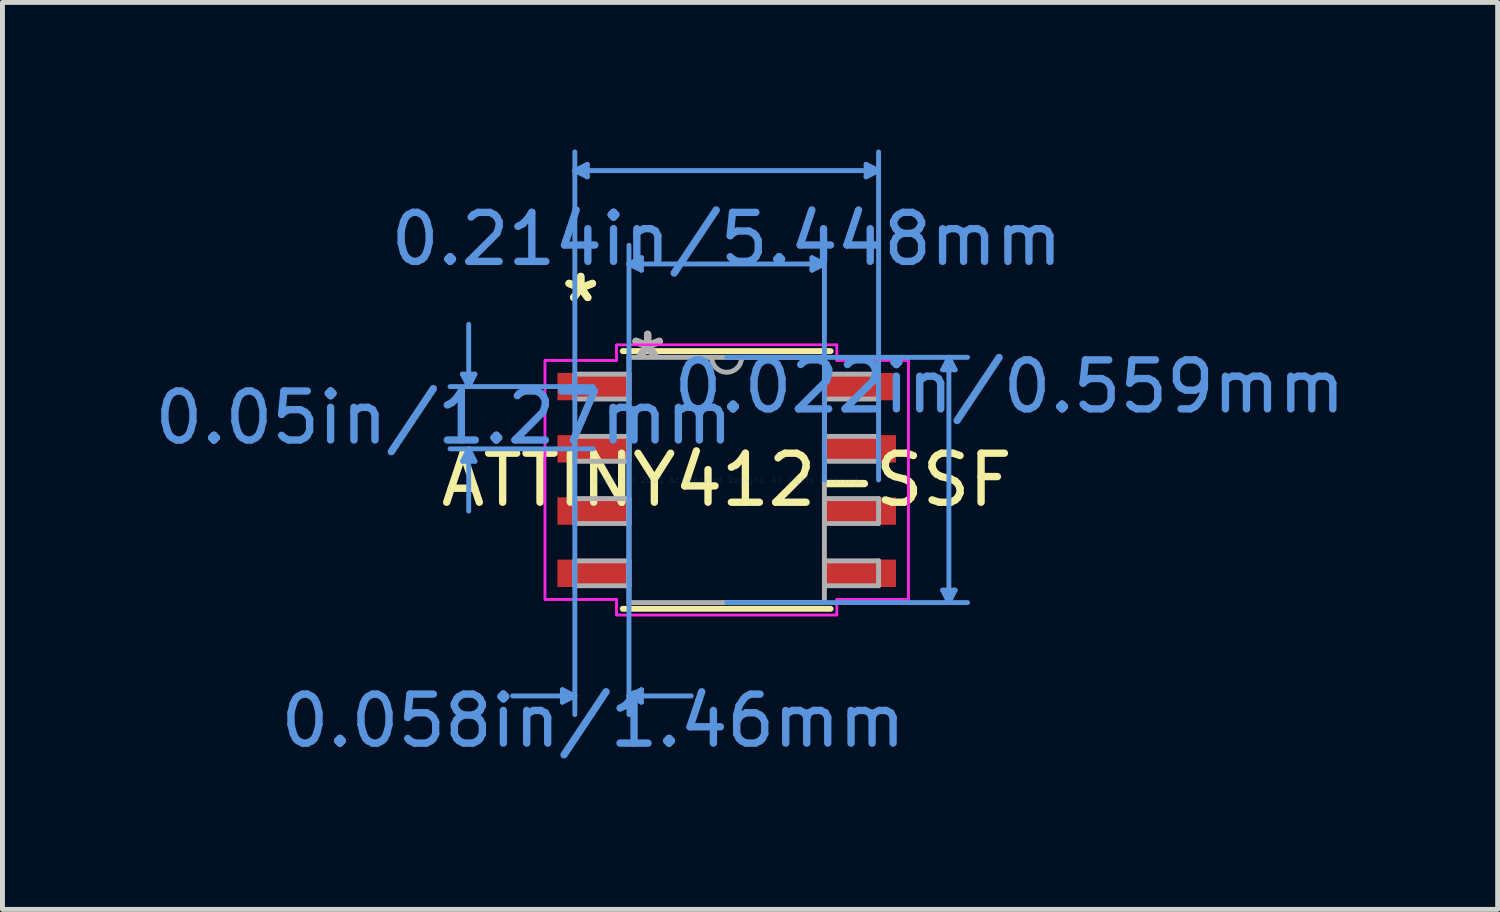
<source format=kicad_pcb>
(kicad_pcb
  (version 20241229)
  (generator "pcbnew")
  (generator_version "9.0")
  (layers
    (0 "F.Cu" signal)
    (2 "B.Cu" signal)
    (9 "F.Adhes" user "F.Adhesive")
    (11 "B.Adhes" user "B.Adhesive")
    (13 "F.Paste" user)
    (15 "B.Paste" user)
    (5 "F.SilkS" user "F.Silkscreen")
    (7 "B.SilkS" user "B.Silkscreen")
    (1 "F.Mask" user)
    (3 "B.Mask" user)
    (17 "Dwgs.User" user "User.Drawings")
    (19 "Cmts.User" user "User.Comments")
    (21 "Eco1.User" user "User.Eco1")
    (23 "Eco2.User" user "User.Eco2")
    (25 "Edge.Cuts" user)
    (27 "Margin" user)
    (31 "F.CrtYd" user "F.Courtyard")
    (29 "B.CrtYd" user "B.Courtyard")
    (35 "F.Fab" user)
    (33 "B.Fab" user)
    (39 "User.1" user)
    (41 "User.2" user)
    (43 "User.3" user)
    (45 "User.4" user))
  (footprint "ATTINY412-SSF"
    (layer "F.Cu")
    (at 11.778 6.743)
    (property "Reference" "ATTINY412-SSF" (at 0 0 0) (layer "F.SilkS") (effects (font (size 1 1) (thickness 0.15))))
    (attr through_hole)
    (fp_line (start -2.121 2.629) (end 2.121 2.629) (stroke (width 0.12) (type solid)) (layer "F.SilkS"))
    (fp_line (start 2.121 -2.629) (end -2.121 -2.629) (stroke (width 0.12) (type solid)) (layer "F.SilkS"))
    (fp_line (start -5.391 -2.159) (end -5.137 -2.159) (stroke (width 0.1) (type solid)) (layer "Cmts.User"))
    (fp_line (start -5.391 -0.381) (end -5.137 -0.381) (stroke (width 0.1) (type solid)) (layer "Cmts.User"))
    (fp_line (start -5.264 -1.905) (end -5.391 -2.159) (stroke (width 0.1) (type solid)) (layer "Cmts.User"))
    (fp_line (start -5.264 -1.905) (end -5.264 -3.175) (stroke (width 0.1) (type solid)) (layer "Cmts.User"))
    (fp_line (start -5.264 -1.905) (end -5.137 -2.159) (stroke (width 0.1) (type solid)) (layer "Cmts.User"))
    (fp_line (start -5.264 -0.635) (end -5.391 -0.381) (stroke (width 0.1) (type solid)) (layer "Cmts.User"))
    (fp_line (start -5.264 -0.635) (end -5.264 0.635) (stroke (width 0.1) (type solid)) (layer "Cmts.User"))
    (fp_line (start -5.264 -0.635) (end -5.137 -0.381) (stroke (width 0.1) (type solid)) (layer "Cmts.User"))
    (fp_line (start -3.353 4.28) (end -3.353 4.534) (stroke (width 0.1) (type solid)) (layer "Cmts.User"))
    (fp_line (start -3.099 -6.312) (end -2.845 -6.439) (stroke (width 0.1) (type solid)) (layer "Cmts.User"))
    (fp_line (start -3.099 -6.312) (end -2.845 -6.185) (stroke (width 0.1) (type solid)) (layer "Cmts.User"))
    (fp_line (start -3.099 -6.312) (end 3.099 -6.312) (stroke (width 0.1) (type solid)) (layer "Cmts.User"))
    (fp_line (start -3.099 0) (end -3.099 -6.693) (stroke (width 0.1) (type solid)) (layer "Cmts.User"))
    (fp_line (start -3.099 0) (end -3.099 4.788) (stroke (width 0.1) (type solid)) (layer "Cmts.User"))
    (fp_line (start -3.099 4.407) (end -4.369 4.407) (stroke (width 0.1) (type solid)) (layer "Cmts.User"))
    (fp_line (start -3.099 4.407) (end -3.353 4.28) (stroke (width 0.1) (type solid)) (layer "Cmts.User"))
    (fp_line (start -3.099 4.407) (end -3.353 4.534) (stroke (width 0.1) (type solid)) (layer "Cmts.User"))
    (fp_line (start -2.845 -6.439) (end -2.845 -6.185) (stroke (width 0.1) (type solid)) (layer "Cmts.User"))
    (fp_line (start -2.724 -1.905) (end -5.645 -1.905) (stroke (width 0.1) (type solid)) (layer "Cmts.User"))
    (fp_line (start -2.724 -0.635) (end -5.645 -0.635) (stroke (width 0.1) (type solid)) (layer "Cmts.User"))
    (fp_line (start -1.994 -4.407) (end -1.74 -4.534) (stroke (width 0.1) (type solid)) (layer "Cmts.User"))
    (fp_line (start -1.994 -4.407) (end -1.74 -4.28) (stroke (width 0.1) (type solid)) (layer "Cmts.User"))
    (fp_line (start -1.994 -4.407) (end 1.994 -4.407) (stroke (width 0.1) (type solid)) (layer "Cmts.User"))
    (fp_line (start -1.994 0) (end -1.994 -4.788) (stroke (width 0.1) (type solid)) (layer "Cmts.User"))
    (fp_line (start -1.994 0) (end -1.994 4.788) (stroke (width 0.1) (type solid)) (layer "Cmts.User"))
    (fp_line (start -1.994 4.407) (end -1.74 4.28) (stroke (width 0.1) (type solid)) (layer "Cmts.User"))
    (fp_line (start -1.994 4.407) (end -1.74 4.534) (stroke (width 0.1) (type solid)) (layer "Cmts.User"))
    (fp_line (start -1.994 4.407) (end -0.724 4.407) (stroke (width 0.1) (type solid)) (layer "Cmts.User"))
    (fp_line (start -1.74 -4.534) (end -1.74 -4.28) (stroke (width 0.1) (type solid)) (layer "Cmts.User"))
    (fp_line (start -1.74 4.28) (end -1.74 4.534) (stroke (width 0.1) (type solid)) (layer "Cmts.User"))
    (fp_line (start 0 -2.502) (end 4.915 -2.502) (stroke (width 0.1) (type solid)) (layer "Cmts.User"))
    (fp_line (start 0 2.502) (end 4.915 2.502) (stroke (width 0.1) (type solid)) (layer "Cmts.User"))
    (fp_line (start 1.74 -4.534) (end 1.74 -4.28) (stroke (width 0.1) (type solid)) (layer "Cmts.User"))
    (fp_line (start 1.994 -4.407) (end 1.74 -4.534) (stroke (width 0.1) (type solid)) (layer "Cmts.User"))
    (fp_line (start 1.994 -4.407) (end 1.74 -4.28) (stroke (width 0.1) (type solid)) (layer "Cmts.User"))
    (fp_line (start 1.994 0) (end 1.994 -4.788) (stroke (width 0.1) (type solid)) (layer "Cmts.User"))
    (fp_line (start 2.845 -6.439) (end 2.845 -6.185) (stroke (width 0.1) (type solid)) (layer "Cmts.User"))
    (fp_line (start 3.099 -6.312) (end 2.845 -6.439) (stroke (width 0.1) (type solid)) (layer "Cmts.User"))
    (fp_line (start 3.099 -6.312) (end 2.845 -6.185) (stroke (width 0.1) (type solid)) (layer "Cmts.User"))
    (fp_line (start 3.099 0) (end 3.099 -6.693) (stroke (width 0.1) (type solid)) (layer "Cmts.User"))
    (fp_line (start 4.407 -2.248) (end 4.661 -2.248) (stroke (width 0.1) (type solid)) (layer "Cmts.User"))
    (fp_line (start 4.407 2.248) (end 4.661 2.248) (stroke (width 0.1) (type solid)) (layer "Cmts.User"))
    (fp_line (start 4.534 -2.502) (end 4.407 -2.248) (stroke (width 0.1) (type solid)) (layer "Cmts.User"))
    (fp_line (start 4.534 -2.502) (end 4.534 2.502) (stroke (width 0.1) (type solid)) (layer "Cmts.User"))
    (fp_line (start 4.534 -2.502) (end 4.661 -2.248) (stroke (width 0.1) (type solid)) (layer "Cmts.User"))
    (fp_line (start 4.534 2.502) (end 4.407 2.248) (stroke (width 0.1) (type solid)) (layer "Cmts.User"))
    (fp_line (start 4.534 2.502) (end 4.661 2.248) (stroke (width 0.1) (type solid)) (layer "Cmts.User"))
    (fp_line (start -3.708 -2.438) (end -2.248 -2.438) (stroke (width 0.05) (type solid)) (layer "F.CrtYd"))
    (fp_line (start -3.708 -2.438) (end -2.248 -2.438) (stroke (width 0.05) (type solid)) (layer "F.CrtYd"))
    (fp_line (start -3.708 2.438) (end -3.708 -2.438) (stroke (width 0.05) (type solid)) (layer "F.CrtYd"))
    (fp_line (start -3.708 2.438) (end -3.708 -2.438) (stroke (width 0.05) (type solid)) (layer "F.CrtYd"))
    (fp_line (start -3.708 2.438) (end -2.248 2.438) (stroke (width 0.05) (type solid)) (layer "F.CrtYd"))
    (fp_line (start -2.248 -2.756) (end 2.248 -2.756) (stroke (width 0.05) (type solid)) (layer "F.CrtYd"))
    (fp_line (start -2.248 -2.756) (end 2.248 -2.756) (stroke (width 0.05) (type solid)) (layer "F.CrtYd"))
    (fp_line (start -2.248 -2.438) (end -2.248 -2.756) (stroke (width 0.05) (type solid)) (layer "F.CrtYd"))
    (fp_line (start -2.248 -2.438) (end -2.248 -2.756) (stroke (width 0.05) (type solid)) (layer "F.CrtYd"))
    (fp_line (start -2.248 2.438) (end -3.708 2.438) (stroke (width 0.05) (type solid)) (layer "F.CrtYd"))
    (fp_line (start -2.248 2.756) (end -2.248 2.438) (stroke (width 0.05) (type solid)) (layer "F.CrtYd"))
    (fp_line (start -2.248 2.756) (end -2.248 2.438) (stroke (width 0.05) (type solid)) (layer "F.CrtYd"))
    (fp_line (start 2.248 -2.756) (end 2.248 -2.438) (stroke (width 0.05) (type solid)) (layer "F.CrtYd"))
    (fp_line (start 2.248 -2.756) (end 2.248 -2.438) (stroke (width 0.05) (type solid)) (layer "F.CrtYd"))
    (fp_line (start 2.248 -2.438) (end 3.708 -2.438) (stroke (width 0.05) (type solid)) (layer "F.CrtYd"))
    (fp_line (start 2.248 2.438) (end 2.248 2.756) (stroke (width 0.05) (type solid)) (layer "F.CrtYd"))
    (fp_line (start 2.248 2.438) (end 2.248 2.756) (stroke (width 0.05) (type solid)) (layer "F.CrtYd"))
    (fp_line (start 2.248 2.756) (end -2.248 2.756) (stroke (width 0.05) (type solid)) (layer "F.CrtYd"))
    (fp_line (start 2.248 2.756) (end -2.248 2.756) (stroke (width 0.05) (type solid)) (layer "F.CrtYd"))
    (fp_line (start 3.708 -2.438) (end 2.248 -2.438) (stroke (width 0.05) (type solid)) (layer "F.CrtYd"))
    (fp_line (start 3.708 -2.438) (end 3.708 2.438) (stroke (width 0.05) (type solid)) (layer "F.CrtYd"))
    (fp_line (start 3.708 -2.438) (end 3.708 2.438) (stroke (width 0.05) (type solid)) (layer "F.CrtYd"))
    (fp_line (start 3.708 2.438) (end 2.248 2.438) (stroke (width 0.05) (type solid)) (layer "F.CrtYd"))
    (fp_line (start 3.708 2.438) (end 2.248 2.438) (stroke (width 0.05) (type solid)) (layer "F.CrtYd"))
    (fp_line (start -3.099 -2.159) (end -3.099 -1.651) (stroke (width 0.1) (type solid)) (layer "F.Fab"))
    (fp_line (start -3.099 -1.651) (end -1.994 -1.651) (stroke (width 0.1) (type solid)) (layer "F.Fab"))
    (fp_line (start -3.099 -0.889) (end -3.099 -0.381) (stroke (width 0.1) (type solid)) (layer "F.Fab"))
    (fp_line (start -3.099 -0.381) (end -1.994 -0.381) (stroke (width 0.1) (type solid)) (layer "F.Fab"))
    (fp_line (start -3.099 0.381) (end -3.099 0.889) (stroke (width 0.1) (type solid)) (layer "F.Fab"))
    (fp_line (start -3.099 0.889) (end -1.994 0.889) (stroke (width 0.1) (type solid)) (layer "F.Fab"))
    (fp_line (start -3.099 1.651) (end -3.099 2.159) (stroke (width 0.1) (type solid)) (layer "F.Fab"))
    (fp_line (start -3.099 2.159) (end -1.994 2.159) (stroke (width 0.1) (type solid)) (layer "F.Fab"))
    (fp_line (start -1.994 -2.502) (end -1.994 2.502) (stroke (width 0.1) (type solid)) (layer "F.Fab"))
    (fp_line (start -1.994 -2.159) (end -3.099 -2.159) (stroke (width 0.1) (type solid)) (layer "F.Fab"))
    (fp_line (start -1.994 -1.651) (end -1.994 -2.159) (stroke (width 0.1) (type solid)) (layer "F.Fab"))
    (fp_line (start -1.994 -0.889) (end -3.099 -0.889) (stroke (width 0.1) (type solid)) (layer "F.Fab"))
    (fp_line (start -1.994 -0.381) (end -1.994 -0.889) (stroke (width 0.1) (type solid)) (layer "F.Fab"))
    (fp_line (start -1.994 0.381) (end -3.099 0.381) (stroke (width 0.1) (type solid)) (layer "F.Fab"))
    (fp_line (start -1.994 0.889) (end -1.994 0.381) (stroke (width 0.1) (type solid)) (layer "F.Fab"))
    (fp_line (start -1.994 1.651) (end -3.099 1.651) (stroke (width 0.1) (type solid)) (layer "F.Fab"))
    (fp_line (start -1.994 2.159) (end -1.994 1.651) (stroke (width 0.1) (type solid)) (layer "F.Fab"))
    (fp_line (start -1.994 2.502) (end 1.994 2.502) (stroke (width 0.1) (type solid)) (layer "F.Fab"))
    (fp_line (start 1.994 -2.502) (end -1.994 -2.502) (stroke (width 0.1) (type solid)) (layer "F.Fab"))
    (fp_line (start 1.994 -2.159) (end 1.994 -1.651) (stroke (width 0.1) (type solid)) (layer "F.Fab"))
    (fp_line (start 1.994 -1.651) (end 3.099 -1.651) (stroke (width 0.1) (type solid)) (layer "F.Fab"))
    (fp_line (start 1.994 -0.889) (end 1.994 -0.381) (stroke (width 0.1) (type solid)) (layer "F.Fab"))
    (fp_line (start 1.994 -0.381) (end 3.099 -0.381) (stroke (width 0.1) (type solid)) (layer "F.Fab"))
    (fp_line (start 1.994 0.381) (end 1.994 0.889) (stroke (width 0.1) (type solid)) (layer "F.Fab"))
    (fp_line (start 1.994 0.889) (end 3.099 0.889) (stroke (width 0.1) (type solid)) (layer "F.Fab"))
    (fp_line (start 1.994 1.651) (end 1.994 2.159) (stroke (width 0.1) (type solid)) (layer "F.Fab"))
    (fp_line (start 1.994 2.159) (end 3.099 2.159) (stroke (width 0.1) (type solid)) (layer "F.Fab"))
    (fp_line (start 1.994 2.502) (end 1.994 -2.502) (stroke (width 0.1) (type solid)) (layer "F.Fab"))
    (fp_line (start 3.099 -2.159) (end 1.994 -2.159) (stroke (width 0.1) (type solid)) (layer "F.Fab"))
    (fp_line (start 3.099 -1.651) (end 3.099 -2.159) (stroke (width 0.1) (type solid)) (layer "F.Fab"))
    (fp_line (start 3.099 -0.889) (end 1.994 -0.889) (stroke (width 0.1) (type solid)) (layer "F.Fab"))
    (fp_line (start 3.099 -0.381) (end 3.099 -0.889) (stroke (width 0.1) (type solid)) (layer "F.Fab"))
    (fp_line (start 3.099 0.381) (end 1.994 0.381) (stroke (width 0.1) (type solid)) (layer "F.Fab"))
    (fp_line (start 3.099 0.889) (end 3.099 0.381) (stroke (width 0.1) (type solid)) (layer "F.Fab"))
    (fp_line (start 3.099 1.651) (end 1.994 1.651) (stroke (width 0.1) (type solid)) (layer "F.Fab"))
    (fp_line (start 3.099 2.159) (end 3.099 1.651) (stroke (width 0.1) (type solid)) (layer "F.Fab"))
    (fp_arc (start 0.3048 -2.5019) (mid 0 -2.1971) (end -0.3048 -2.5019) (stroke (width 0.1) (type solid)) (layer "F.Fab"))
    (fp_text user "*" (at -2.978 -3.607 0) (layer "F.SilkS") (effects (font (size 1 1) (thickness 0.15))))
    (fp_text user "*" (at -2.978 -3.607 0) (layer "F.SilkS") (effects (font (size 1 1) (thickness 0.15))))
    (fp_text user "0.214in/5.448mm" (at 0 -4.915 0) (layer "Cmts.User") (effects (font (size 1 1) (thickness 0.15))))
    (fp_text user "0.05in/1.27mm" (at -5.772 -1.27 0) (layer "Cmts.User") (effects (font (size 1 1) (thickness 0.15))))
    (fp_text user "0.022in/0.559mm" (at 5.772 -1.905 0) (layer "Cmts.User") (effects (font (size 1 1) (thickness 0.15))))
    (fp_text user "Copyright 2021 Accelerated Designs. All rights reserved." (at 0 0 0) (layer "Cmts.User") (effects (font (size 0.127 0.127) (thickness 0.002))))
    (fp_text user "0.058in/1.46mm" (at -2.724 4.915 0) (layer "Cmts.User") (effects (font (size 1 1) (thickness 0.15))))
    (fp_text user "*" (at -1.613 -2.426 0) (layer "F.Fab") (effects (font (size 1 1) (thickness 0.15))))
    (fp_text user "*" (at -1.613 -2.426 0) (layer "F.Fab") (effects (font (size 1 1) (thickness 0.15))))
    (pad "1" smd rect (at -2.724 -1.905) (size 1.46 0.559) (layers "F.Cu" "F.Mask" "F.Paste"))
    (pad "2" smd rect (at -2.724 -0.635) (size 1.46 0.559) (layers "F.Cu" "F.Mask" "F.Paste"))
    (pad "3" smd rect (at -2.724 0.635) (size 1.46 0.559) (layers "F.Cu" "F.Mask" "F.Paste"))
    (pad "4" smd rect (at -2.724 1.905) (size 1.46 0.559) (layers "F.Cu" "F.Mask" "F.Paste"))
    (pad "5" smd rect (at 2.724 1.905) (size 1.46 0.559) (layers "F.Cu" "F.Mask" "F.Paste"))
    (pad "6" smd rect (at 2.724 0.635) (size 1.46 0.559) (layers "F.Cu" "F.Mask" "F.Paste"))
    (pad "7" smd rect (at 2.724 -0.635) (size 1.46 0.559) (layers "F.Cu" "F.Mask" "F.Paste"))
    (pad "8" smd rect (at 2.724 -1.905) (size 1.46 0.559) (layers "F.Cu" "F.Mask" "F.Paste")))
  (gr_rect
    (start -3 -3)
    (end 27.509 15.506)
    (stroke (width 0.1) (type default))
    (fill no)
    (layer "Edge.Cuts")))
</source>
